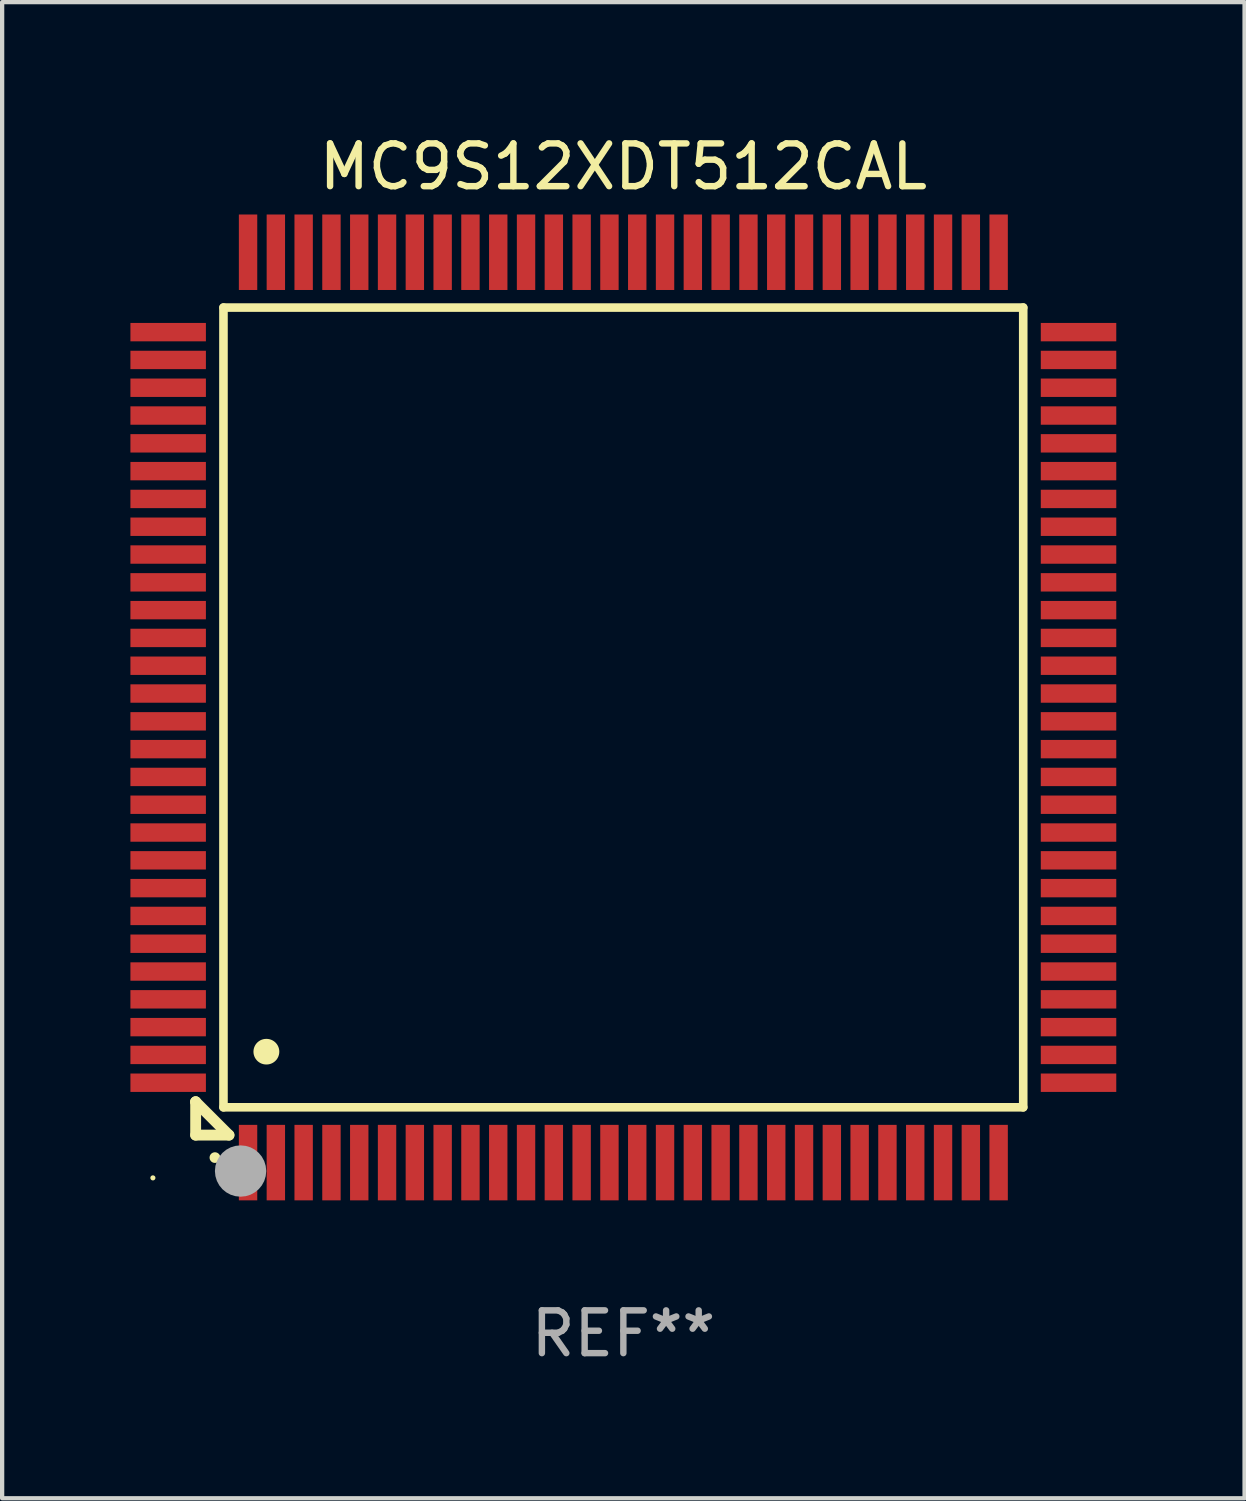
<source format=kicad_pcb>
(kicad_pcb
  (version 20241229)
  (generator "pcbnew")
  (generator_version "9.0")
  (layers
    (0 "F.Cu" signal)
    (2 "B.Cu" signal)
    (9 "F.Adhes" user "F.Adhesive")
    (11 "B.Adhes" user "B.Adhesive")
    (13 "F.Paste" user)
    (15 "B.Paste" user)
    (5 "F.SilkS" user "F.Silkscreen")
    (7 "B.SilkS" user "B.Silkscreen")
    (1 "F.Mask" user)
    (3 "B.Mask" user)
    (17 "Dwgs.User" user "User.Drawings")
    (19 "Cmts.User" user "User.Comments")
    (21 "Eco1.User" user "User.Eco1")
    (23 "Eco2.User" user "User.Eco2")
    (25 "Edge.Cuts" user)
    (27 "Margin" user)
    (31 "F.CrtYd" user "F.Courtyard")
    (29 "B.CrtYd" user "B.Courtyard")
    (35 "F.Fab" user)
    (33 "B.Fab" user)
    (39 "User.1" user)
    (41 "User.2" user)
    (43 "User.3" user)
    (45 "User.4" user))
  (footprint "MC9S12XDT512CAL"
    (layer "F.Cu")
    (at 11.525 13.491)
    (property "Reference" "MC9S12XDT512CAL" (at 0 -12.643 0) (layer "F.SilkS") (effects (font (size 1 1) (thickness 0.15))))
    (attr through_hole)
    (fp_line (start -10 9.221) (end -10 9.221) (stroke (width 0.254) (type solid)) (layer "F.SilkS"))
    (fp_line (start -10 9.221) (end -10 10) (stroke (width 0.254) (type solid)) (layer "F.SilkS"))
    (fp_line (start -10 9.221) (end -9.221 10) (stroke (width 0.254) (type solid)) (layer "F.SilkS"))
    (fp_line (start -10 10) (end -9.221 10) (stroke (width 0.254) (type solid)) (layer "F.SilkS"))
    (fp_line (start -9.35 -9.35) (end -9.35 9.35) (stroke (width 0.201) (type solid)) (layer "F.SilkS"))
    (fp_line (start -9.35 9.35) (end 9.35 9.35) (stroke (width 0.201) (type solid)) (layer "F.SilkS"))
    (fp_line (start 9.35 -9.35) (end -9.35 -9.35) (stroke (width 0.201) (type solid)) (layer "F.SilkS"))
    (fp_line (start 9.35 9.35) (end 9.35 -9.35) (stroke (width 0.201) (type solid)) (layer "F.SilkS"))
    (fp_arc (start -9.550546 10.525832) (mid -9.549276 10.525826) (end -9.548006 10.525832) (stroke (width 0.24892) (type solid)) (layer "F.SilkS"))
    (fp_arc (start -8.349124 8.049327) (mid -8.346584 8.049316) (end -8.344044 8.049327) (stroke (width 0.599441) (type solid)) (layer "F.SilkS"))
    (fp_circle (center -11 11) (end -10.97 11) (stroke (width 0.06) (type solid)) (fill no) (layer "F.SilkS"))
    (fp_circle (center -8.95 10.84) (end -8.65 10.84) (stroke (width 0.6) (type solid)) (fill no) (layer "F.Fab"))
    (fp_text user "REF**" (at 0 14.643 0) (layer "F.Fab") (effects (font (size 1 1) (thickness 0.15))))
    (pad "1" smd rect (at -8.775 10.643) (size 0.43 1.765) (layers "F.Cu" "F.Mask" "F.Paste"))
    (pad "2" smd rect (at -8.125 10.643) (size 0.43 1.765) (layers "F.Cu" "F.Mask" "F.Paste"))
    (pad "3" smd rect (at -7.475 10.643) (size 0.43 1.765) (layers "F.Cu" "F.Mask" "F.Paste"))
    (pad "4" smd rect (at -6.825 10.643) (size 0.43 1.765) (layers "F.Cu" "F.Mask" "F.Paste"))
    (pad "5" smd rect (at -6.175 10.643) (size 0.43 1.765) (layers "F.Cu" "F.Mask" "F.Paste"))
    (pad "6" smd rect (at -5.525 10.643) (size 0.43 1.765) (layers "F.Cu" "F.Mask" "F.Paste"))
    (pad "7" smd rect (at -4.875 10.643) (size 0.43 1.765) (layers "F.Cu" "F.Mask" "F.Paste"))
    (pad "8" smd rect (at -4.225 10.643) (size 0.43 1.765) (layers "F.Cu" "F.Mask" "F.Paste"))
    (pad "9" smd rect (at -3.575 10.643) (size 0.43 1.765) (layers "F.Cu" "F.Mask" "F.Paste"))
    (pad "10" smd rect (at -2.925 10.643) (size 0.43 1.765) (layers "F.Cu" "F.Mask" "F.Paste"))
    (pad "11" smd rect (at -2.275 10.643) (size 0.43 1.765) (layers "F.Cu" "F.Mask" "F.Paste"))
    (pad "12" smd rect (at -1.625 10.643) (size 0.43 1.765) (layers "F.Cu" "F.Mask" "F.Paste"))
    (pad "13" smd rect (at -0.975 10.643) (size 0.43 1.765) (layers "F.Cu" "F.Mask" "F.Paste"))
    (pad "14" smd rect (at -0.325 10.643) (size 0.43 1.765) (layers "F.Cu" "F.Mask" "F.Paste"))
    (pad "15" smd rect (at 0.325 10.643) (size 0.43 1.765) (layers "F.Cu" "F.Mask" "F.Paste"))
    (pad "16" smd rect (at 0.975 10.643) (size 0.43 1.765) (layers "F.Cu" "F.Mask" "F.Paste"))
    (pad "17" smd rect (at 1.625 10.643) (size 0.43 1.765) (layers "F.Cu" "F.Mask" "F.Paste"))
    (pad "18" smd rect (at 2.275 10.643) (size 0.43 1.765) (layers "F.Cu" "F.Mask" "F.Paste"))
    (pad "19" smd rect (at 2.925 10.643) (size 0.43 1.765) (layers "F.Cu" "F.Mask" "F.Paste"))
    (pad "20" smd rect (at 3.575 10.643) (size 0.43 1.765) (layers "F.Cu" "F.Mask" "F.Paste"))
    (pad "21" smd rect (at 4.225 10.643) (size 0.43 1.765) (layers "F.Cu" "F.Mask" "F.Paste"))
    (pad "22" smd rect (at 4.875 10.643) (size 0.43 1.765) (layers "F.Cu" "F.Mask" "F.Paste"))
    (pad "23" smd rect (at 5.525 10.643) (size 0.43 1.765) (layers "F.Cu" "F.Mask" "F.Paste"))
    (pad "24" smd rect (at 6.175 10.643) (size 0.43 1.765) (layers "F.Cu" "F.Mask" "F.Paste"))
    (pad "25" smd rect (at 6.825 10.643) (size 0.43 1.765) (layers "F.Cu" "F.Mask" "F.Paste"))
    (pad "26" smd rect (at 7.475 10.643) (size 0.43 1.765) (layers "F.Cu" "F.Mask" "F.Paste"))
    (pad "27" smd rect (at 8.125 10.643) (size 0.43 1.765) (layers "F.Cu" "F.Mask" "F.Paste"))
    (pad "28" smd rect (at 8.775 10.643) (size 0.43 1.765) (layers "F.Cu" "F.Mask" "F.Paste"))
    (pad "29" smd rect (at 10.643 8.775) (size 1.765 0.43) (layers "F.Cu" "F.Mask" "F.Paste"))
    (pad "30" smd rect (at 10.643 8.125) (size 1.765 0.43) (layers "F.Cu" "F.Mask" "F.Paste"))
    (pad "31" smd rect (at 10.643 7.475) (size 1.765 0.43) (layers "F.Cu" "F.Mask" "F.Paste"))
    (pad "32" smd rect (at 10.643 6.825) (size 1.765 0.43) (layers "F.Cu" "F.Mask" "F.Paste"))
    (pad "33" smd rect (at 10.643 6.175) (size 1.765 0.43) (layers "F.Cu" "F.Mask" "F.Paste"))
    (pad "34" smd rect (at 10.643 5.525) (size 1.765 0.43) (layers "F.Cu" "F.Mask" "F.Paste"))
    (pad "35" smd rect (at 10.643 4.875) (size 1.765 0.43) (layers "F.Cu" "F.Mask" "F.Paste"))
    (pad "36" smd rect (at 10.643 4.225) (size 1.765 0.43) (layers "F.Cu" "F.Mask" "F.Paste"))
    (pad "37" smd rect (at 10.643 3.575) (size 1.765 0.43) (layers "F.Cu" "F.Mask" "F.Paste"))
    (pad "38" smd rect (at 10.643 2.925) (size 1.765 0.43) (layers "F.Cu" "F.Mask" "F.Paste"))
    (pad "39" smd rect (at 10.643 2.275) (size 1.765 0.43) (layers "F.Cu" "F.Mask" "F.Paste"))
    (pad "40" smd rect (at 10.643 1.625) (size 1.765 0.43) (layers "F.Cu" "F.Mask" "F.Paste"))
    (pad "41" smd rect (at 10.643 0.975) (size 1.765 0.43) (layers "F.Cu" "F.Mask" "F.Paste"))
    (pad "42" smd rect (at 10.643 0.325) (size 1.765 0.43) (layers "F.Cu" "F.Mask" "F.Paste"))
    (pad "43" smd rect (at 10.643 -0.325) (size 1.765 0.43) (layers "F.Cu" "F.Mask" "F.Paste"))
    (pad "44" smd rect (at 10.643 -0.975) (size 1.765 0.43) (layers "F.Cu" "F.Mask" "F.Paste"))
    (pad "45" smd rect (at 10.643 -1.625) (size 1.765 0.43) (layers "F.Cu" "F.Mask" "F.Paste"))
    (pad "46" smd rect (at 10.643 -2.275) (size 1.765 0.43) (layers "F.Cu" "F.Mask" "F.Paste"))
    (pad "47" smd rect (at 10.643 -2.925) (size 1.765 0.43) (layers "F.Cu" "F.Mask" "F.Paste"))
    (pad "48" smd rect (at 10.643 -3.575) (size 1.765 0.43) (layers "F.Cu" "F.Mask" "F.Paste"))
    (pad "49" smd rect (at 10.643 -4.225) (size 1.765 0.43) (layers "F.Cu" "F.Mask" "F.Paste"))
    (pad "50" smd rect (at 10.643 -4.875) (size 1.765 0.43) (layers "F.Cu" "F.Mask" "F.Paste"))
    (pad "51" smd rect (at 10.643 -5.525) (size 1.765 0.43) (layers "F.Cu" "F.Mask" "F.Paste"))
    (pad "52" smd rect (at 10.643 -6.175) (size 1.765 0.43) (layers "F.Cu" "F.Mask" "F.Paste"))
    (pad "53" smd rect (at 10.643 -6.825) (size 1.765 0.43) (layers "F.Cu" "F.Mask" "F.Paste"))
    (pad "54" smd rect (at 10.643 -7.475) (size 1.765 0.43) (layers "F.Cu" "F.Mask" "F.Paste"))
    (pad "55" smd rect (at 10.643 -8.125) (size 1.765 0.43) (layers "F.Cu" "F.Mask" "F.Paste"))
    (pad "56" smd rect (at 10.643 -8.775) (size 1.765 0.43) (layers "F.Cu" "F.Mask" "F.Paste"))
    (pad "57" smd rect (at 8.775 -10.643) (size 0.43 1.765) (layers "F.Cu" "F.Mask" "F.Paste"))
    (pad "58" smd rect (at 8.125 -10.643) (size 0.43 1.765) (layers "F.Cu" "F.Mask" "F.Paste"))
    (pad "59" smd rect (at 7.475 -10.643) (size 0.43 1.765) (layers "F.Cu" "F.Mask" "F.Paste"))
    (pad "60" smd rect (at 6.825 -10.643) (size 0.43 1.765) (layers "F.Cu" "F.Mask" "F.Paste"))
    (pad "61" smd rect (at 6.175 -10.643) (size 0.43 1.765) (layers "F.Cu" "F.Mask" "F.Paste"))
    (pad "62" smd rect (at 5.525 -10.643) (size 0.43 1.765) (layers "F.Cu" "F.Mask" "F.Paste"))
    (pad "63" smd rect (at 4.875 -10.643) (size 0.43 1.765) (layers "F.Cu" "F.Mask" "F.Paste"))
    (pad "64" smd rect (at 4.225 -10.643) (size 0.43 1.765) (layers "F.Cu" "F.Mask" "F.Paste"))
    (pad "65" smd rect (at 3.575 -10.643) (size 0.43 1.765) (layers "F.Cu" "F.Mask" "F.Paste"))
    (pad "66" smd rect (at 2.925 -10.643) (size 0.43 1.765) (layers "F.Cu" "F.Mask" "F.Paste"))
    (pad "67" smd rect (at 2.275 -10.643) (size 0.43 1.765) (layers "F.Cu" "F.Mask" "F.Paste"))
    (pad "68" smd rect (at 1.625 -10.643) (size 0.43 1.765) (layers "F.Cu" "F.Mask" "F.Paste"))
    (pad "69" smd rect (at 0.975 -10.643) (size 0.43 1.765) (layers "F.Cu" "F.Mask" "F.Paste"))
    (pad "70" smd rect (at 0.325 -10.643) (size 0.43 1.765) (layers "F.Cu" "F.Mask" "F.Paste"))
    (pad "71" smd rect (at -0.325 -10.643) (size 0.43 1.765) (layers "F.Cu" "F.Mask" "F.Paste"))
    (pad "72" smd rect (at -0.975 -10.643) (size 0.43 1.765) (layers "F.Cu" "F.Mask" "F.Paste"))
    (pad "73" smd rect (at -1.625 -10.643) (size 0.43 1.765) (layers "F.Cu" "F.Mask" "F.Paste"))
    (pad "74" smd rect (at -2.275 -10.643) (size 0.43 1.765) (layers "F.Cu" "F.Mask" "F.Paste"))
    (pad "75" smd rect (at -2.925 -10.643) (size 0.43 1.765) (layers "F.Cu" "F.Mask" "F.Paste"))
    (pad "76" smd rect (at -3.575 -10.643) (size 0.43 1.765) (layers "F.Cu" "F.Mask" "F.Paste"))
    (pad "77" smd rect (at -4.225 -10.643) (size 0.43 1.765) (layers "F.Cu" "F.Mask" "F.Paste"))
    (pad "78" smd rect (at -4.875 -10.643) (size 0.43 1.765) (layers "F.Cu" "F.Mask" "F.Paste"))
    (pad "79" smd rect (at -5.525 -10.643) (size 0.43 1.765) (layers "F.Cu" "F.Mask" "F.Paste"))
    (pad "80" smd rect (at -6.175 -10.643) (size 0.43 1.765) (layers "F.Cu" "F.Mask" "F.Paste"))
    (pad "81" smd rect (at -6.825 -10.643) (size 0.43 1.765) (layers "F.Cu" "F.Mask" "F.Paste"))
    (pad "82" smd rect (at -7.475 -10.643) (size 0.43 1.765) (layers "F.Cu" "F.Mask" "F.Paste"))
    (pad "83" smd rect (at -8.125 -10.643) (size 0.43 1.765) (layers "F.Cu" "F.Mask" "F.Paste"))
    (pad "84" smd rect (at -8.775 -10.643) (size 0.43 1.765) (layers "F.Cu" "F.Mask" "F.Paste"))
    (pad "85" smd rect (at -10.643 -8.775) (size 1.765 0.43) (layers "F.Cu" "F.Mask" "F.Paste"))
    (pad "86" smd rect (at -10.643 -8.125) (size 1.765 0.43) (layers "F.Cu" "F.Mask" "F.Paste"))
    (pad "87" smd rect (at -10.643 -7.475) (size 1.765 0.43) (layers "F.Cu" "F.Mask" "F.Paste"))
    (pad "88" smd rect (at -10.643 -6.825) (size 1.765 0.43) (layers "F.Cu" "F.Mask" "F.Paste"))
    (pad "89" smd rect (at -10.643 -6.175) (size 1.765 0.43) (layers "F.Cu" "F.Mask" "F.Paste"))
    (pad "90" smd rect (at -10.643 -5.525) (size 1.765 0.43) (layers "F.Cu" "F.Mask" "F.Paste"))
    (pad "91" smd rect (at -10.643 -4.875) (size 1.765 0.43) (layers "F.Cu" "F.Mask" "F.Paste"))
    (pad "92" smd rect (at -10.643 -4.225) (size 1.765 0.43) (layers "F.Cu" "F.Mask" "F.Paste"))
    (pad "93" smd rect (at -10.643 -3.575) (size 1.765 0.43) (layers "F.Cu" "F.Mask" "F.Paste"))
    (pad "94" smd rect (at -10.643 -2.925) (size 1.765 0.43) (layers "F.Cu" "F.Mask" "F.Paste"))
    (pad "95" smd rect (at -10.643 -2.275) (size 1.765 0.43) (layers "F.Cu" "F.Mask" "F.Paste"))
    (pad "96" smd rect (at -10.643 -1.625) (size 1.765 0.43) (layers "F.Cu" "F.Mask" "F.Paste"))
    (pad "97" smd rect (at -10.643 -0.975) (size 1.765 0.43) (layers "F.Cu" "F.Mask" "F.Paste"))
    (pad "98" smd rect (at -10.643 -0.325) (size 1.765 0.43) (layers "F.Cu" "F.Mask" "F.Paste"))
    (pad "99" smd rect (at -10.643 0.325) (size 1.765 0.43) (layers "F.Cu" "F.Mask" "F.Paste"))
    (pad "100" smd rect (at -10.643 0.975) (size 1.765 0.43) (layers "F.Cu" "F.Mask" "F.Paste"))
    (pad "101" smd rect (at -10.643 1.625) (size 1.765 0.43) (layers "F.Cu" "F.Mask" "F.Paste"))
    (pad "102" smd rect (at -10.643 2.275) (size 1.765 0.43) (layers "F.Cu" "F.Mask" "F.Paste"))
    (pad "103" smd rect (at -10.643 2.925) (size 1.765 0.43) (layers "F.Cu" "F.Mask" "F.Paste"))
    (pad "104" smd rect (at -10.643 3.575) (size 1.765 0.43) (layers "F.Cu" "F.Mask" "F.Paste"))
    (pad "105" smd rect (at -10.643 4.225) (size 1.765 0.43) (layers "F.Cu" "F.Mask" "F.Paste"))
    (pad "106" smd rect (at -10.643 4.875) (size 1.765 0.43) (layers "F.Cu" "F.Mask" "F.Paste"))
    (pad "107" smd rect (at -10.643 5.525) (size 1.765 0.43) (layers "F.Cu" "F.Mask" "F.Paste"))
    (pad "108" smd rect (at -10.643 6.175) (size 1.765 0.43) (layers "F.Cu" "F.Mask" "F.Paste"))
    (pad "109" smd rect (at -10.643 6.825) (size 1.765 0.43) (layers "F.Cu" "F.Mask" "F.Paste"))
    (pad "110" smd rect (at -10.643 7.475) (size 1.765 0.43) (layers "F.Cu" "F.Mask" "F.Paste"))
    (pad "111" smd rect (at -10.643 8.125) (size 1.765 0.43) (layers "F.Cu" "F.Mask" "F.Paste"))
    (pad "112" smd rect (at -10.643 8.775) (size 1.765 0.43) (layers "F.Cu" "F.Mask" "F.Paste")))
  (gr_rect
    (start -3 -3)
    (end 26.05 31.982)
    (stroke (width 0.1) (type default))
    (fill no)
    (layer "Edge.Cuts")))
</source>
